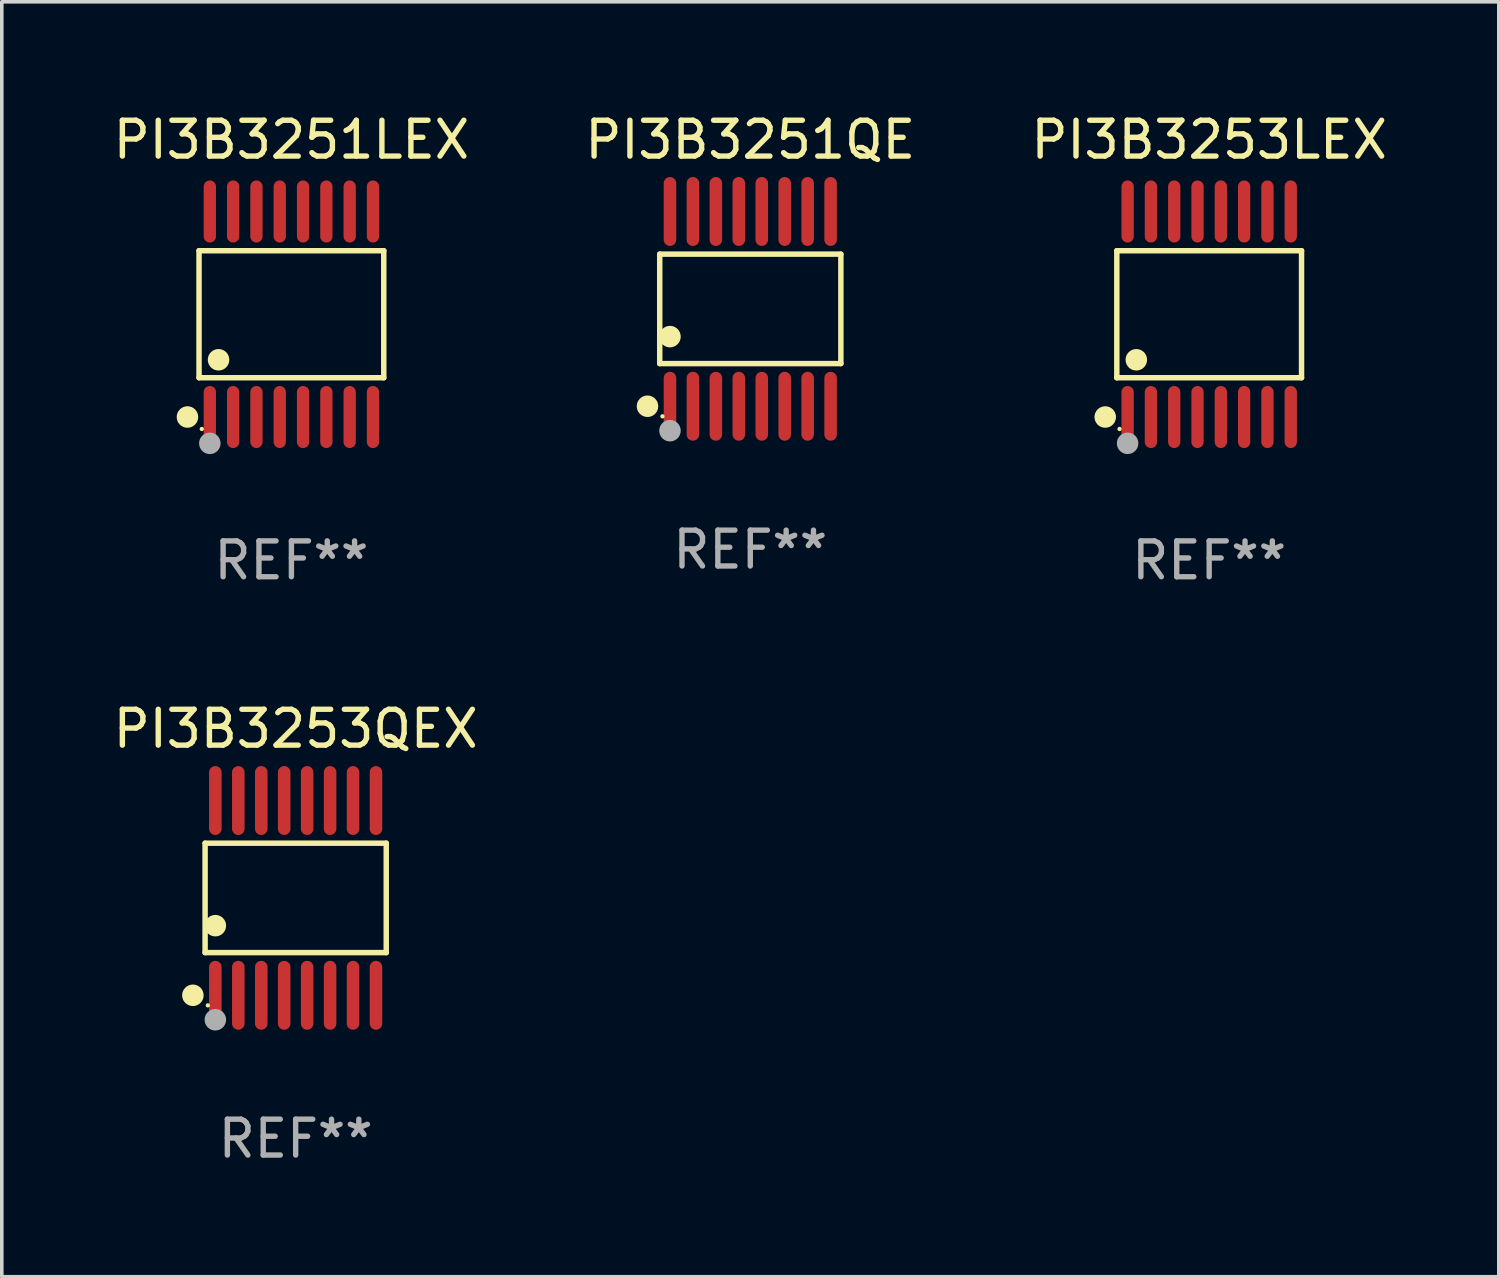
<source format=kicad_pcb>
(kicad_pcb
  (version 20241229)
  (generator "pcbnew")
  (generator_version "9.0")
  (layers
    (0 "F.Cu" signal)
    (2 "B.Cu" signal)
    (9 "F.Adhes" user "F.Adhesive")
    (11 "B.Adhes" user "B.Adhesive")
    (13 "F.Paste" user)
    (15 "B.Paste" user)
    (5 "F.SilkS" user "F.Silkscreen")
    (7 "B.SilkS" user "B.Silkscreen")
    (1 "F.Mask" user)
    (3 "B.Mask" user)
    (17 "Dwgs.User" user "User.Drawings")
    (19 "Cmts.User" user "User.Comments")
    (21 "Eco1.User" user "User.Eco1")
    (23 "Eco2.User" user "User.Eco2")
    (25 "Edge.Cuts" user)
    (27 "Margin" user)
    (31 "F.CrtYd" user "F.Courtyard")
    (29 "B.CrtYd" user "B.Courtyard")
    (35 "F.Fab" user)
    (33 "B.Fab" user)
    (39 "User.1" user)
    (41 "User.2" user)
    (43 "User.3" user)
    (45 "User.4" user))
  (footprint "PI3B3253QEX"
    (layer "F.Cu")
    (at 5.196 21.992)
    (property "Reference" "PI3B3253QEX" (at 0 -4.716 0) (layer "F.SilkS") (effects (font (size 1 1) (thickness 0.15))))
    (attr through_hole)
    (fp_line (start -2.526 -1.526) (end 2.526 -1.526) (stroke (width 0.152) (type solid)) (layer "F.SilkS"))
    (fp_line (start -2.526 1.526) (end -2.526 -1.526) (stroke (width 0.152) (type solid)) (layer "F.SilkS"))
    (fp_line (start 2.526 -1.526) (end 2.526 1.526) (stroke (width 0.152) (type solid)) (layer "F.SilkS"))
    (fp_line (start 2.526 1.526) (end -2.526 1.526) (stroke (width 0.152) (type solid)) (layer "F.SilkS"))
    (fp_circle (center -2.867 2.716) (end -2.717 2.716) (stroke (width 0.3) (type solid)) (fill no) (layer "F.SilkS"))
    (fp_circle (center -2.45 2.997) (end -2.42 2.997) (stroke (width 0.06) (type solid)) (fill no) (layer "F.SilkS"))
    (fp_circle (center -2.24 0.774) (end -2.09 0.774) (stroke (width 0.3) (type solid)) (fill no) (layer "F.SilkS"))
    (fp_circle (center -2.24 3.398) (end -2.09 3.398) (stroke (width 0.3) (type solid)) (fill no) (layer "F.Fab"))
    (fp_text user "REF**" (at 0 6.716 0) (layer "F.Fab") (effects (font (size 1 1) (thickness 0.15))))
    (pad "1" smd oval (at -2.24 2.716) (size 0.35 1.922) (layers "F.Cu" "F.Mask" "F.Paste"))
    (pad "2" smd oval (at -1.6 2.716) (size 0.35 1.922) (layers "F.Cu" "F.Mask" "F.Paste"))
    (pad "3" smd oval (at -0.96 2.716) (size 0.35 1.922) (layers "F.Cu" "F.Mask" "F.Paste"))
    (pad "4" smd oval (at -0.32 2.716) (size 0.35 1.922) (layers "F.Cu" "F.Mask" "F.Paste"))
    (pad "5" smd oval (at 0.32 2.716) (size 0.35 1.922) (layers "F.Cu" "F.Mask" "F.Paste"))
    (pad "6" smd oval (at 0.96 2.716) (size 0.35 1.922) (layers "F.Cu" "F.Mask" "F.Paste"))
    (pad "7" smd oval (at 1.6 2.716) (size 0.35 1.922) (layers "F.Cu" "F.Mask" "F.Paste"))
    (pad "8" smd oval (at 2.24 2.716) (size 0.35 1.922) (layers "F.Cu" "F.Mask" "F.Paste"))
    (pad "9" smd oval (at 2.24 -2.716) (size 0.35 1.922) (layers "F.Cu" "F.Mask" "F.Paste"))
    (pad "10" smd oval (at 1.6 -2.716) (size 0.35 1.922) (layers "F.Cu" "F.Mask" "F.Paste"))
    (pad "11" smd oval (at 0.96 -2.716) (size 0.35 1.922) (layers "F.Cu" "F.Mask" "F.Paste"))
    (pad "12" smd oval (at 0.32 -2.716) (size 0.35 1.922) (layers "F.Cu" "F.Mask" "F.Paste"))
    (pad "13" smd oval (at -0.32 -2.716) (size 0.35 1.922) (layers "F.Cu" "F.Mask" "F.Paste"))
    (pad "14" smd oval (at -0.96 -2.716) (size 0.35 1.922) (layers "F.Cu" "F.Mask" "F.Paste"))
    (pad "15" smd oval (at -1.6 -2.716) (size 0.35 1.922) (layers "F.Cu" "F.Mask" "F.Paste"))
    (pad "16" smd oval (at -2.24 -2.716) (size 0.35 1.922) (layers "F.Cu" "F.Mask" "F.Paste")))
  (footprint "PI3B3253LEX"
    (layer "F.Cu")
    (at 30.673 5.714)
    (property "Reference" "PI3B3253LEX" (at 0 -4.866 0) (layer "F.SilkS") (effects (font (size 1 1) (thickness 0.15))))
    (attr through_hole)
    (fp_line (start -2.576 -1.772) (end 2.576 -1.772) (stroke (width 0.152) (type solid)) (layer "F.SilkS"))
    (fp_line (start -2.576 1.771) (end -2.576 -1.772) (stroke (width 0.152) (type solid)) (layer "F.SilkS"))
    (fp_line (start 2.576 -1.772) (end 2.576 1.771) (stroke (width 0.152) (type solid)) (layer "F.SilkS"))
    (fp_line (start 2.576 1.771) (end -2.576 1.771) (stroke (width 0.152) (type solid)) (layer "F.SilkS"))
    (fp_circle (center -2.899 2.866) (end -2.749 2.866) (stroke (width 0.3) (type solid)) (fill no) (layer "F.SilkS"))
    (fp_circle (center -2.5 3.2) (end -2.47 3.2) (stroke (width 0.06) (type solid)) (fill no) (layer "F.SilkS"))
    (fp_circle (center -2.032 1.27) (end -1.882 1.27) (stroke (width 0.3) (type solid)) (fill no) (layer "F.SilkS"))
    (fp_circle (center -2.275 3.6) (end -2.125 3.6) (stroke (width 0.3) (type solid)) (fill no) (layer "F.Fab"))
    (fp_text user "REF**" (at 0 6.866 0) (layer "F.Fab") (effects (font (size 1 1) (thickness 0.15))))
    (pad "1" smd oval (at -2.275 2.866) (size 0.343 1.731) (layers "F.Cu" "F.Mask" "F.Paste"))
    (pad "2" smd oval (at -1.625 2.866) (size 0.343 1.731) (layers "F.Cu" "F.Mask" "F.Paste"))
    (pad "3" smd oval (at -0.975 2.866) (size 0.343 1.731) (layers "F.Cu" "F.Mask" "F.Paste"))
    (pad "4" smd oval (at -0.325 2.866) (size 0.343 1.731) (layers "F.Cu" "F.Mask" "F.Paste"))
    (pad "5" smd oval (at 0.325 2.866) (size 0.343 1.731) (layers "F.Cu" "F.Mask" "F.Paste"))
    (pad "6" smd oval (at 0.975 2.866) (size 0.343 1.731) (layers "F.Cu" "F.Mask" "F.Paste"))
    (pad "7" smd oval (at 1.625 2.866) (size 0.343 1.731) (layers "F.Cu" "F.Mask" "F.Paste"))
    (pad "8" smd oval (at 2.275 2.866) (size 0.343 1.731) (layers "F.Cu" "F.Mask" "F.Paste"))
    (pad "9" smd oval (at 2.275 -2.866) (size 0.343 1.731) (layers "F.Cu" "F.Mask" "F.Paste"))
    (pad "10" smd oval (at 1.625 -2.866) (size 0.343 1.731) (layers "F.Cu" "F.Mask" "F.Paste"))
    (pad "11" smd oval (at 0.975 -2.866) (size 0.343 1.731) (layers "F.Cu" "F.Mask" "F.Paste"))
    (pad "12" smd oval (at 0.325 -2.866) (size 0.343 1.731) (layers "F.Cu" "F.Mask" "F.Paste"))
    (pad "13" smd oval (at -0.325 -2.866) (size 0.343 1.731) (layers "F.Cu" "F.Mask" "F.Paste"))
    (pad "14" smd oval (at -0.975 -2.866) (size 0.343 1.731) (layers "F.Cu" "F.Mask" "F.Paste"))
    (pad "15" smd oval (at -1.625 -2.866) (size 0.343 1.731) (layers "F.Cu" "F.Mask" "F.Paste"))
    (pad "16" smd oval (at -2.275 -2.866) (size 0.343 1.731) (layers "F.Cu" "F.Mask" "F.Paste")))
  (footprint "PI3B3251QE"
    (layer "F.Cu")
    (at 17.875 5.564)
    (property "Reference" "PI3B3251QE" (at 0 -4.716 0) (layer "F.SilkS") (effects (font (size 1 1) (thickness 0.15))))
    (attr through_hole)
    (fp_line (start -2.526 -1.526) (end 2.526 -1.526) (stroke (width 0.152) (type solid)) (layer "F.SilkS"))
    (fp_line (start -2.526 1.526) (end -2.526 -1.526) (stroke (width 0.152) (type solid)) (layer "F.SilkS"))
    (fp_line (start 2.526 -1.526) (end 2.526 1.526) (stroke (width 0.152) (type solid)) (layer "F.SilkS"))
    (fp_line (start 2.526 1.526) (end -2.526 1.526) (stroke (width 0.152) (type solid)) (layer "F.SilkS"))
    (fp_circle (center -2.867 2.716) (end -2.717 2.716) (stroke (width 0.3) (type solid)) (fill no) (layer "F.SilkS"))
    (fp_circle (center -2.45 2.997) (end -2.42 2.997) (stroke (width 0.06) (type solid)) (fill no) (layer "F.SilkS"))
    (fp_circle (center -2.24 0.774) (end -2.09 0.774) (stroke (width 0.3) (type solid)) (fill no) (layer "F.SilkS"))
    (fp_circle (center -2.24 3.398) (end -2.09 3.398) (stroke (width 0.3) (type solid)) (fill no) (layer "F.Fab"))
    (fp_text user "REF**" (at 0 6.716 0) (layer "F.Fab") (effects (font (size 1 1) (thickness 0.15))))
    (pad "1" smd oval (at -2.24 2.716) (size 0.35 1.922) (layers "F.Cu" "F.Mask" "F.Paste"))
    (pad "2" smd oval (at -1.6 2.716) (size 0.35 1.922) (layers "F.Cu" "F.Mask" "F.Paste"))
    (pad "3" smd oval (at -0.96 2.716) (size 0.35 1.922) (layers "F.Cu" "F.Mask" "F.Paste"))
    (pad "4" smd oval (at -0.32 2.716) (size 0.35 1.922) (layers "F.Cu" "F.Mask" "F.Paste"))
    (pad "5" smd oval (at 0.32 2.716) (size 0.35 1.922) (layers "F.Cu" "F.Mask" "F.Paste"))
    (pad "6" smd oval (at 0.96 2.716) (size 0.35 1.922) (layers "F.Cu" "F.Mask" "F.Paste"))
    (pad "7" smd oval (at 1.6 2.716) (size 0.35 1.922) (layers "F.Cu" "F.Mask" "F.Paste"))
    (pad "8" smd oval (at 2.24 2.716) (size 0.35 1.922) (layers "F.Cu" "F.Mask" "F.Paste"))
    (pad "9" smd oval (at 2.24 -2.716) (size 0.35 1.922) (layers "F.Cu" "F.Mask" "F.Paste"))
    (pad "10" smd oval (at 1.6 -2.716) (size 0.35 1.922) (layers "F.Cu" "F.Mask" "F.Paste"))
    (pad "11" smd oval (at 0.96 -2.716) (size 0.35 1.922) (layers "F.Cu" "F.Mask" "F.Paste"))
    (pad "12" smd oval (at 0.32 -2.716) (size 0.35 1.922) (layers "F.Cu" "F.Mask" "F.Paste"))
    (pad "13" smd oval (at -0.32 -2.716) (size 0.35 1.922) (layers "F.Cu" "F.Mask" "F.Paste"))
    (pad "14" smd oval (at -0.96 -2.716) (size 0.35 1.922) (layers "F.Cu" "F.Mask" "F.Paste"))
    (pad "15" smd oval (at -1.6 -2.716) (size 0.35 1.922) (layers "F.Cu" "F.Mask" "F.Paste"))
    (pad "16" smd oval (at -2.24 -2.716) (size 0.35 1.922) (layers "F.Cu" "F.Mask" "F.Paste")))
  (footprint "PI3B3251LEX"
    (layer "F.Cu")
    (at 5.077 5.714)
    (property "Reference" "PI3B3251LEX" (at 0 -4.866 0) (layer "F.SilkS") (effects (font (size 1 1) (thickness 0.15))))
    (attr through_hole)
    (fp_line (start -2.576 -1.772) (end 2.576 -1.772) (stroke (width 0.152) (type solid)) (layer "F.SilkS"))
    (fp_line (start -2.576 1.771) (end -2.576 -1.772) (stroke (width 0.152) (type solid)) (layer "F.SilkS"))
    (fp_line (start 2.576 -1.772) (end 2.576 1.771) (stroke (width 0.152) (type solid)) (layer "F.SilkS"))
    (fp_line (start 2.576 1.771) (end -2.576 1.771) (stroke (width 0.152) (type solid)) (layer "F.SilkS"))
    (fp_circle (center -2.899 2.866) (end -2.749 2.866) (stroke (width 0.3) (type solid)) (fill no) (layer "F.SilkS"))
    (fp_circle (center -2.5 3.2) (end -2.47 3.2) (stroke (width 0.06) (type solid)) (fill no) (layer "F.SilkS"))
    (fp_circle (center -2.032 1.27) (end -1.882 1.27) (stroke (width 0.3) (type solid)) (fill no) (layer "F.SilkS"))
    (fp_circle (center -2.275 3.6) (end -2.125 3.6) (stroke (width 0.3) (type solid)) (fill no) (layer "F.Fab"))
    (fp_text user "REF**" (at 0 6.866 0) (layer "F.Fab") (effects (font (size 1 1) (thickness 0.15))))
    (pad "1" smd oval (at -2.275 2.866) (size 0.343 1.731) (layers "F.Cu" "F.Mask" "F.Paste"))
    (pad "2" smd oval (at -1.625 2.866) (size 0.343 1.731) (layers "F.Cu" "F.Mask" "F.Paste"))
    (pad "3" smd oval (at -0.975 2.866) (size 0.343 1.731) (layers "F.Cu" "F.Mask" "F.Paste"))
    (pad "4" smd oval (at -0.325 2.866) (size 0.343 1.731) (layers "F.Cu" "F.Mask" "F.Paste"))
    (pad "5" smd oval (at 0.325 2.866) (size 0.343 1.731) (layers "F.Cu" "F.Mask" "F.Paste"))
    (pad "6" smd oval (at 0.975 2.866) (size 0.343 1.731) (layers "F.Cu" "F.Mask" "F.Paste"))
    (pad "7" smd oval (at 1.625 2.866) (size 0.343 1.731) (layers "F.Cu" "F.Mask" "F.Paste"))
    (pad "8" smd oval (at 2.275 2.866) (size 0.343 1.731) (layers "F.Cu" "F.Mask" "F.Paste"))
    (pad "9" smd oval (at 2.275 -2.866) (size 0.343 1.731) (layers "F.Cu" "F.Mask" "F.Paste"))
    (pad "10" smd oval (at 1.625 -2.866) (size 0.343 1.731) (layers "F.Cu" "F.Mask" "F.Paste"))
    (pad "11" smd oval (at 0.975 -2.866) (size 0.343 1.731) (layers "F.Cu" "F.Mask" "F.Paste"))
    (pad "12" smd oval (at 0.325 -2.866) (size 0.343 1.731) (layers "F.Cu" "F.Mask" "F.Paste"))
    (pad "13" smd oval (at -0.325 -2.866) (size 0.343 1.731) (layers "F.Cu" "F.Mask" "F.Paste"))
    (pad "14" smd oval (at -0.975 -2.866) (size 0.343 1.731) (layers "F.Cu" "F.Mask" "F.Paste"))
    (pad "15" smd oval (at -1.625 -2.866) (size 0.343 1.731) (layers "F.Cu" "F.Mask" "F.Paste"))
    (pad "16" smd oval (at -2.275 -2.866) (size 0.343 1.731) (layers "F.Cu" "F.Mask" "F.Paste")))
  (gr_rect
    (start -3 -3)
    (end 38.75 32.556)
    (stroke (width 0.1) (type default))
    (fill no)
    (layer "Edge.Cuts")))
</source>
